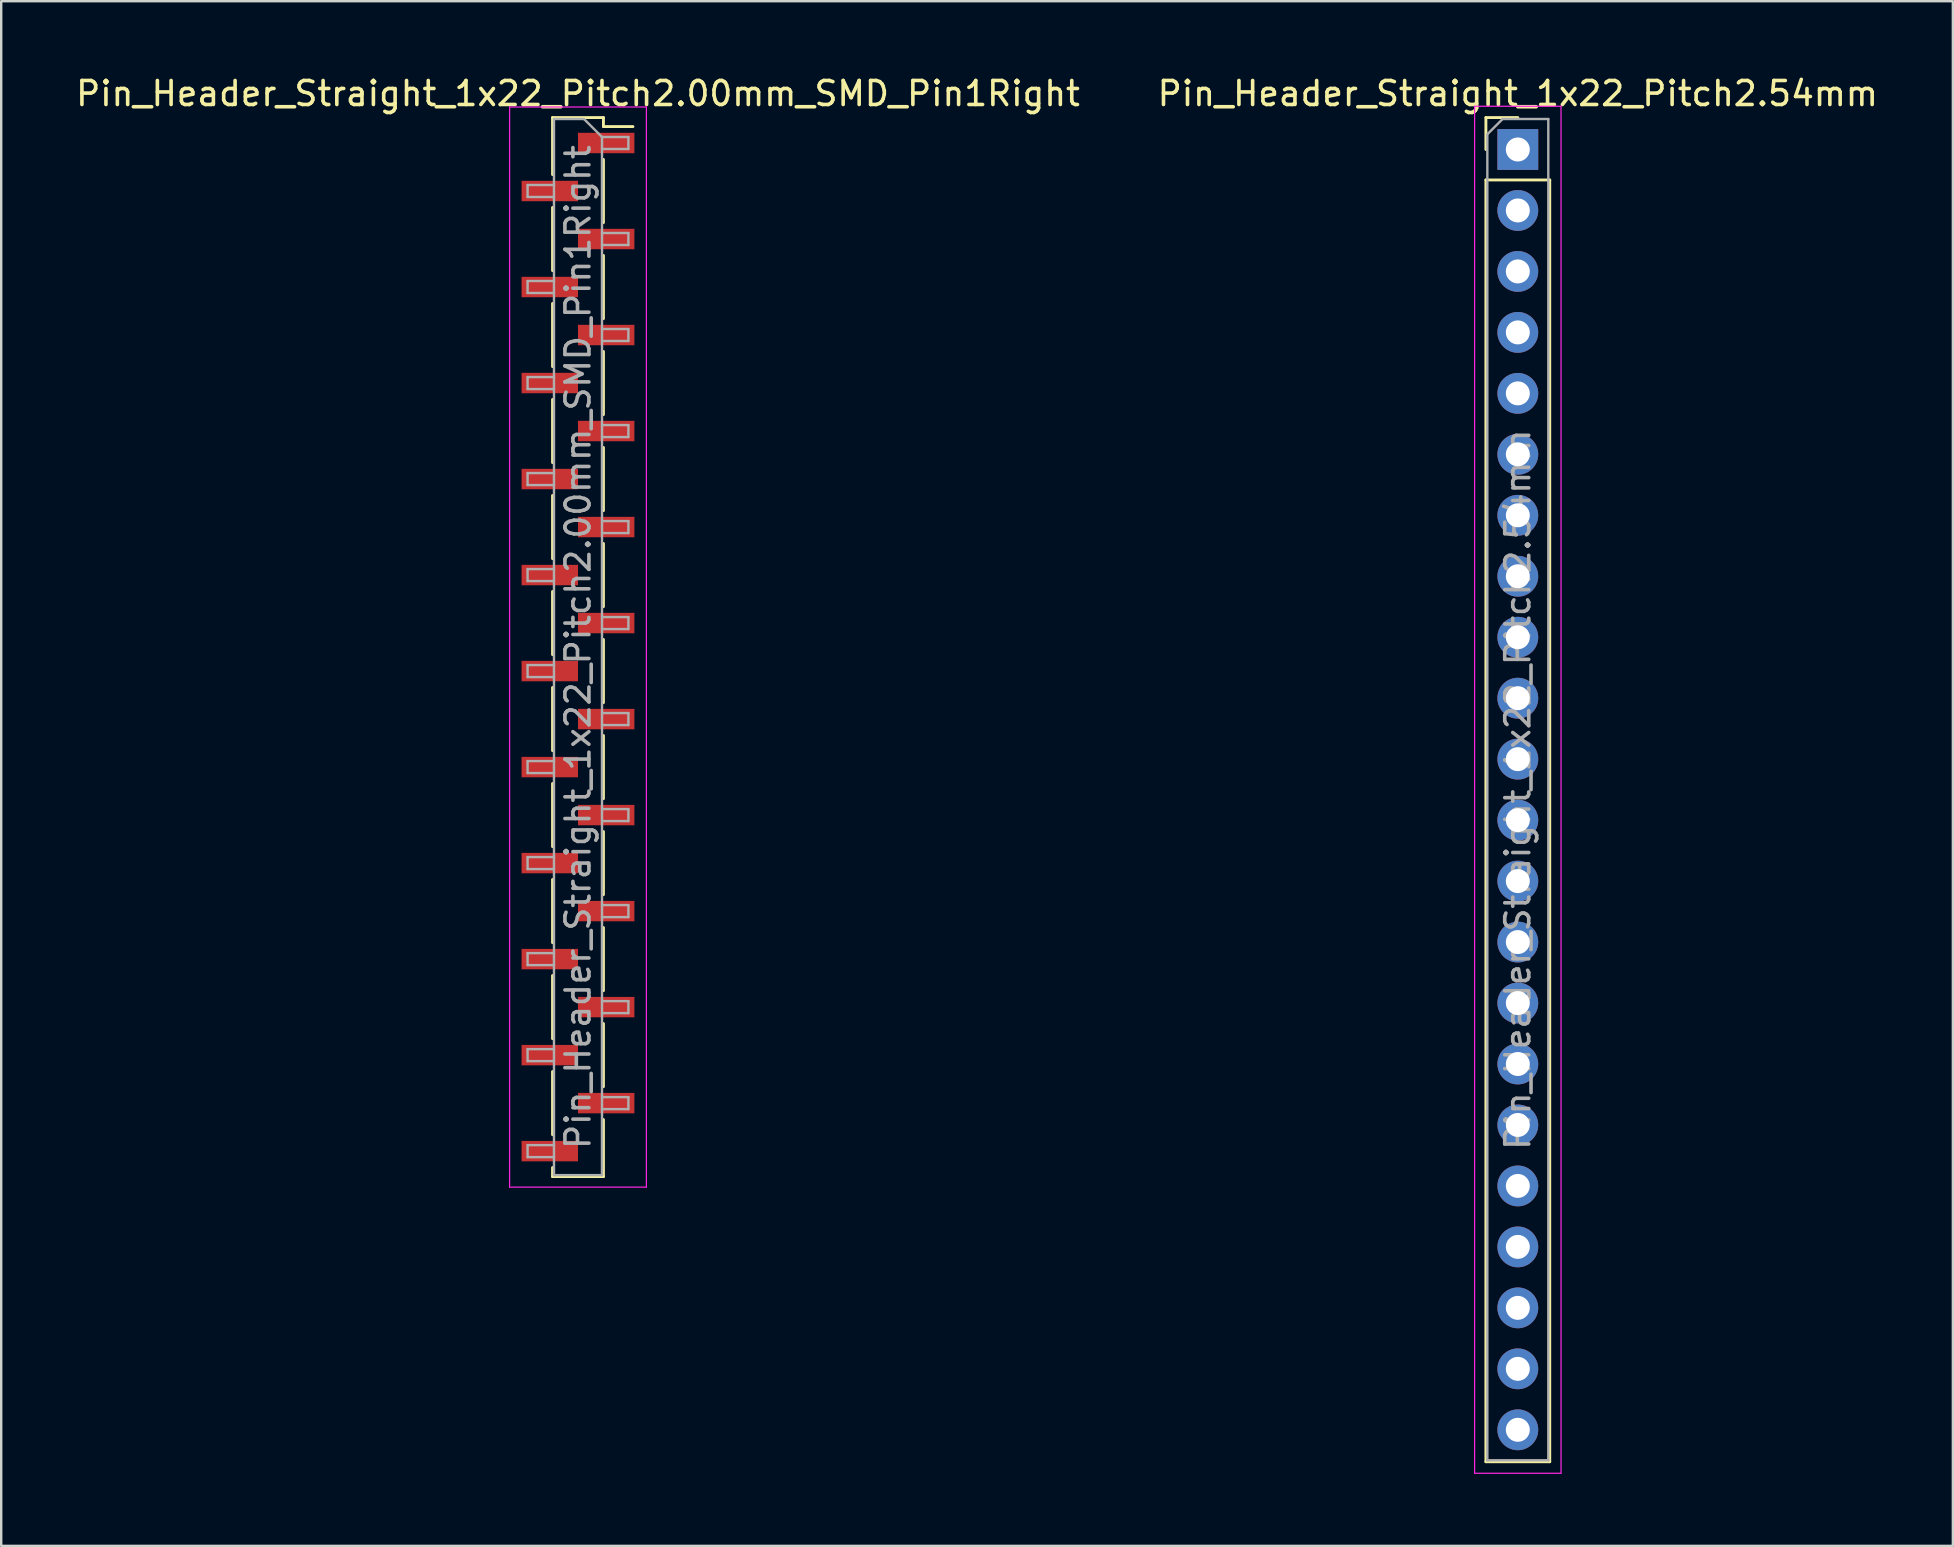
<source format=kicad_pcb>
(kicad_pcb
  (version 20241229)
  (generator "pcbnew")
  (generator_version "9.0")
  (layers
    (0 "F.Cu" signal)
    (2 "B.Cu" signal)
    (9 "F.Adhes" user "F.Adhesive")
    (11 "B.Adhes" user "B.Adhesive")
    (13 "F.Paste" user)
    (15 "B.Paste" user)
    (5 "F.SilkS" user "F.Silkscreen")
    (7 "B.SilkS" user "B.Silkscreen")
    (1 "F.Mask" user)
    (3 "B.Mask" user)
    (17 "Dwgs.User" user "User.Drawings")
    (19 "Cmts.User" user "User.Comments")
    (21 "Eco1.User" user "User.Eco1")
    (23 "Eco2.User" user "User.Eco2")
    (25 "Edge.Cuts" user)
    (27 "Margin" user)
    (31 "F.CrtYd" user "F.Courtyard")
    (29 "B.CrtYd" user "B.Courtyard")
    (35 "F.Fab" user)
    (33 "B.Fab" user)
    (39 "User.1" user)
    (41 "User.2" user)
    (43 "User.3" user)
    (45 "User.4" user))
  (footprint "Pin_Header_Straight_1x22_Pitch2.00mm_SMD_Pin1Right"
    (layer "F.Cu")
    (at 21.03 23.908)
    (property "Reference" "Pin_Header_Straight_1x22_Pitch2.00mm_SMD_Pin1Right" (at 0 -23.06 0) (layer "F.SilkS") (effects (font (size 1 1) (thickness 0.15))))
    (attr smd)
    (fp_line (start -1.06 -22.06) (end -1.06 -19.685) (stroke (width 0.12) (type solid)) (layer "F.SilkS"))
    (fp_line (start -1.06 -22.06) (end 1.06 -22.06) (stroke (width 0.12) (type solid)) (layer "F.SilkS"))
    (fp_line (start -1.06 -18.315) (end -1.06 -15.685) (stroke (width 0.12) (type solid)) (layer "F.SilkS"))
    (fp_line (start -1.06 -14.315) (end -1.06 -11.685) (stroke (width 0.12) (type solid)) (layer "F.SilkS"))
    (fp_line (start -1.06 -10.315) (end -1.06 -7.685) (stroke (width 0.12) (type solid)) (layer "F.SilkS"))
    (fp_line (start -1.06 -6.315) (end -1.06 -3.685) (stroke (width 0.12) (type solid)) (layer "F.SilkS"))
    (fp_line (start -1.06 -2.315) (end -1.06 0.315) (stroke (width 0.12) (type solid)) (layer "F.SilkS"))
    (fp_line (start -1.06 1.685) (end -1.06 4.315) (stroke (width 0.12) (type solid)) (layer "F.SilkS"))
    (fp_line (start -1.06 5.685) (end -1.06 8.315) (stroke (width 0.12) (type solid)) (layer "F.SilkS"))
    (fp_line (start -1.06 9.685) (end -1.06 12.315) (stroke (width 0.12) (type solid)) (layer "F.SilkS"))
    (fp_line (start -1.06 13.685) (end -1.06 16.315) (stroke (width 0.12) (type solid)) (layer "F.SilkS"))
    (fp_line (start -1.06 17.685) (end -1.06 20.315) (stroke (width 0.12) (type solid)) (layer "F.SilkS"))
    (fp_line (start -1.06 21.685) (end -1.06 22.06) (stroke (width 0.12) (type solid)) (layer "F.SilkS"))
    (fp_line (start -1.06 22.06) (end 1.06 22.06) (stroke (width 0.12) (type solid)) (layer "F.SilkS"))
    (fp_line (start 1.06 -22.06) (end 1.06 -21.685) (stroke (width 0.12) (type solid)) (layer "F.SilkS"))
    (fp_line (start 1.06 -21.685) (end 2.29 -21.685) (stroke (width 0.12) (type solid)) (layer "F.SilkS"))
    (fp_line (start 1.06 -20.315) (end 1.06 -17.685) (stroke (width 0.12) (type solid)) (layer "F.SilkS"))
    (fp_line (start 1.06 -16.315) (end 1.06 -13.685) (stroke (width 0.12) (type solid)) (layer "F.SilkS"))
    (fp_line (start 1.06 -12.315) (end 1.06 -9.685) (stroke (width 0.12) (type solid)) (layer "F.SilkS"))
    (fp_line (start 1.06 -8.315) (end 1.06 -5.685) (stroke (width 0.12) (type solid)) (layer "F.SilkS"))
    (fp_line (start 1.06 -4.315) (end 1.06 -1.685) (stroke (width 0.12) (type solid)) (layer "F.SilkS"))
    (fp_line (start 1.06 -0.315) (end 1.06 2.315) (stroke (width 0.12) (type solid)) (layer "F.SilkS"))
    (fp_line (start 1.06 3.685) (end 1.06 6.315) (stroke (width 0.12) (type solid)) (layer "F.SilkS"))
    (fp_line (start 1.06 7.685) (end 1.06 10.315) (stroke (width 0.12) (type solid)) (layer "F.SilkS"))
    (fp_line (start 1.06 11.685) (end 1.06 14.315) (stroke (width 0.12) (type solid)) (layer "F.SilkS"))
    (fp_line (start 1.06 15.685) (end 1.06 18.315) (stroke (width 0.12) (type solid)) (layer "F.SilkS"))
    (fp_line (start 1.06 19.685) (end 1.06 22.06) (stroke (width 0.12) (type solid)) (layer "F.SilkS"))
    (fp_line (start -2.85 -22.5) (end -2.85 22.5) (stroke (width 0.05) (type solid)) (layer "F.CrtYd"))
    (fp_line (start -2.85 22.5) (end 2.85 22.5) (stroke (width 0.05) (type solid)) (layer "F.CrtYd"))
    (fp_line (start 2.85 -22.5) (end -2.85 -22.5) (stroke (width 0.05) (type solid)) (layer "F.CrtYd"))
    (fp_line (start 2.85 22.5) (end 2.85 -22.5) (stroke (width 0.05) (type solid)) (layer "F.CrtYd"))
    (fp_line (start -2.1 -19.25) (end -2.1 -18.75) (stroke (width 0.1) (type solid)) (layer "F.Fab"))
    (fp_line (start -2.1 -18.75) (end -1 -18.75) (stroke (width 0.1) (type solid)) (layer "F.Fab"))
    (fp_line (start -2.1 -15.25) (end -2.1 -14.75) (stroke (width 0.1) (type solid)) (layer "F.Fab"))
    (fp_line (start -2.1 -14.75) (end -1 -14.75) (stroke (width 0.1) (type solid)) (layer "F.Fab"))
    (fp_line (start -2.1 -11.25) (end -2.1 -10.75) (stroke (width 0.1) (type solid)) (layer "F.Fab"))
    (fp_line (start -2.1 -10.75) (end -1 -10.75) (stroke (width 0.1) (type solid)) (layer "F.Fab"))
    (fp_line (start -2.1 -7.25) (end -2.1 -6.75) (stroke (width 0.1) (type solid)) (layer "F.Fab"))
    (fp_line (start -2.1 -6.75) (end -1 -6.75) (stroke (width 0.1) (type solid)) (layer "F.Fab"))
    (fp_line (start -2.1 -3.25) (end -2.1 -2.75) (stroke (width 0.1) (type solid)) (layer "F.Fab"))
    (fp_line (start -2.1 -2.75) (end -1 -2.75) (stroke (width 0.1) (type solid)) (layer "F.Fab"))
    (fp_line (start -2.1 0.75) (end -2.1 1.25) (stroke (width 0.1) (type solid)) (layer "F.Fab"))
    (fp_line (start -2.1 1.25) (end -1 1.25) (stroke (width 0.1) (type solid)) (layer "F.Fab"))
    (fp_line (start -2.1 4.75) (end -2.1 5.25) (stroke (width 0.1) (type solid)) (layer "F.Fab"))
    (fp_line (start -2.1 5.25) (end -1 5.25) (stroke (width 0.1) (type solid)) (layer "F.Fab"))
    (fp_line (start -2.1 8.75) (end -2.1 9.25) (stroke (width 0.1) (type solid)) (layer "F.Fab"))
    (fp_line (start -2.1 9.25) (end -1 9.25) (stroke (width 0.1) (type solid)) (layer "F.Fab"))
    (fp_line (start -2.1 12.75) (end -2.1 13.25) (stroke (width 0.1) (type solid)) (layer "F.Fab"))
    (fp_line (start -2.1 13.25) (end -1 13.25) (stroke (width 0.1) (type solid)) (layer "F.Fab"))
    (fp_line (start -2.1 16.75) (end -2.1 17.25) (stroke (width 0.1) (type solid)) (layer "F.Fab"))
    (fp_line (start -2.1 17.25) (end -1 17.25) (stroke (width 0.1) (type solid)) (layer "F.Fab"))
    (fp_line (start -2.1 20.75) (end -2.1 21.25) (stroke (width 0.1) (type solid)) (layer "F.Fab"))
    (fp_line (start -2.1 21.25) (end -1 21.25) (stroke (width 0.1) (type solid)) (layer "F.Fab"))
    (fp_line (start -1 -22) (end -1 22) (stroke (width 0.1) (type solid)) (layer "F.Fab"))
    (fp_line (start -1 -22) (end 0.25 -22) (stroke (width 0.1) (type solid)) (layer "F.Fab"))
    (fp_line (start -1 -19.25) (end -2.1 -19.25) (stroke (width 0.1) (type solid)) (layer "F.Fab"))
    (fp_line (start -1 -15.25) (end -2.1 -15.25) (stroke (width 0.1) (type solid)) (layer "F.Fab"))
    (fp_line (start -1 -11.25) (end -2.1 -11.25) (stroke (width 0.1) (type solid)) (layer "F.Fab"))
    (fp_line (start -1 -7.25) (end -2.1 -7.25) (stroke (width 0.1) (type solid)) (layer "F.Fab"))
    (fp_line (start -1 -3.25) (end -2.1 -3.25) (stroke (width 0.1) (type solid)) (layer "F.Fab"))
    (fp_line (start -1 0.75) (end -2.1 0.75) (stroke (width 0.1) (type solid)) (layer "F.Fab"))
    (fp_line (start -1 4.75) (end -2.1 4.75) (stroke (width 0.1) (type solid)) (layer "F.Fab"))
    (fp_line (start -1 8.75) (end -2.1 8.75) (stroke (width 0.1) (type solid)) (layer "F.Fab"))
    (fp_line (start -1 12.75) (end -2.1 12.75) (stroke (width 0.1) (type solid)) (layer "F.Fab"))
    (fp_line (start -1 16.75) (end -2.1 16.75) (stroke (width 0.1) (type solid)) (layer "F.Fab"))
    (fp_line (start -1 20.75) (end -2.1 20.75) (stroke (width 0.1) (type solid)) (layer "F.Fab"))
    (fp_line (start 1 -21.25) (end 0.25 -22) (stroke (width 0.1) (type solid)) (layer "F.Fab"))
    (fp_line (start 1 -21.25) (end 2.1 -21.25) (stroke (width 0.1) (type solid)) (layer "F.Fab"))
    (fp_line (start 1 -17.25) (end 2.1 -17.25) (stroke (width 0.1) (type solid)) (layer "F.Fab"))
    (fp_line (start 1 -13.25) (end 2.1 -13.25) (stroke (width 0.1) (type solid)) (layer "F.Fab"))
    (fp_line (start 1 -9.25) (end 2.1 -9.25) (stroke (width 0.1) (type solid)) (layer "F.Fab"))
    (fp_line (start 1 -5.25) (end 2.1 -5.25) (stroke (width 0.1) (type solid)) (layer "F.Fab"))
    (fp_line (start 1 -1.25) (end 2.1 -1.25) (stroke (width 0.1) (type solid)) (layer "F.Fab"))
    (fp_line (start 1 2.75) (end 2.1 2.75) (stroke (width 0.1) (type solid)) (layer "F.Fab"))
    (fp_line (start 1 6.75) (end 2.1 6.75) (stroke (width 0.1) (type solid)) (layer "F.Fab"))
    (fp_line (start 1 10.75) (end 2.1 10.75) (stroke (width 0.1) (type solid)) (layer "F.Fab"))
    (fp_line (start 1 14.75) (end 2.1 14.75) (stroke (width 0.1) (type solid)) (layer "F.Fab"))
    (fp_line (start 1 18.75) (end 2.1 18.75) (stroke (width 0.1) (type solid)) (layer "F.Fab"))
    (fp_line (start 1 22) (end -1 22) (stroke (width 0.1) (type solid)) (layer "F.Fab"))
    (fp_line (start 1 22) (end 1 -21.25) (stroke (width 0.1) (type solid)) (layer "F.Fab"))
    (fp_line (start 2.1 -21.25) (end 2.1 -20.75) (stroke (width 0.1) (type solid)) (layer "F.Fab"))
    (fp_line (start 2.1 -20.75) (end 1 -20.75) (stroke (width 0.1) (type solid)) (layer "F.Fab"))
    (fp_line (start 2.1 -17.25) (end 2.1 -16.75) (stroke (width 0.1) (type solid)) (layer "F.Fab"))
    (fp_line (start 2.1 -16.75) (end 1 -16.75) (stroke (width 0.1) (type solid)) (layer "F.Fab"))
    (fp_line (start 2.1 -13.25) (end 2.1 -12.75) (stroke (width 0.1) (type solid)) (layer "F.Fab"))
    (fp_line (start 2.1 -12.75) (end 1 -12.75) (stroke (width 0.1) (type solid)) (layer "F.Fab"))
    (fp_line (start 2.1 -9.25) (end 2.1 -8.75) (stroke (width 0.1) (type solid)) (layer "F.Fab"))
    (fp_line (start 2.1 -8.75) (end 1 -8.75) (stroke (width 0.1) (type solid)) (layer "F.Fab"))
    (fp_line (start 2.1 -5.25) (end 2.1 -4.75) (stroke (width 0.1) (type solid)) (layer "F.Fab"))
    (fp_line (start 2.1 -4.75) (end 1 -4.75) (stroke (width 0.1) (type solid)) (layer "F.Fab"))
    (fp_line (start 2.1 -1.25) (end 2.1 -0.75) (stroke (width 0.1) (type solid)) (layer "F.Fab"))
    (fp_line (start 2.1 -0.75) (end 1 -0.75) (stroke (width 0.1) (type solid)) (layer "F.Fab"))
    (fp_line (start 2.1 2.75) (end 2.1 3.25) (stroke (width 0.1) (type solid)) (layer "F.Fab"))
    (fp_line (start 2.1 3.25) (end 1 3.25) (stroke (width 0.1) (type solid)) (layer "F.Fab"))
    (fp_line (start 2.1 6.75) (end 2.1 7.25) (stroke (width 0.1) (type solid)) (layer "F.Fab"))
    (fp_line (start 2.1 7.25) (end 1 7.25) (stroke (width 0.1) (type solid)) (layer "F.Fab"))
    (fp_line (start 2.1 10.75) (end 2.1 11.25) (stroke (width 0.1) (type solid)) (layer "F.Fab"))
    (fp_line (start 2.1 11.25) (end 1 11.25) (stroke (width 0.1) (type solid)) (layer "F.Fab"))
    (fp_line (start 2.1 14.75) (end 2.1 15.25) (stroke (width 0.1) (type solid)) (layer "F.Fab"))
    (fp_line (start 2.1 15.25) (end 1 15.25) (stroke (width 0.1) (type solid)) (layer "F.Fab"))
    (fp_line (start 2.1 18.75) (end 2.1 19.25) (stroke (width 0.1) (type solid)) (layer "F.Fab"))
    (fp_line (start 2.1 19.25) (end 1 19.25) (stroke (width 0.1) (type solid)) (layer "F.Fab"))
    (fp_text user "${REFERENCE}" (at 0 0 90) (layer "F.Fab") (effects (font (size 1 1) (thickness 0.15))))
    (pad "1" smd rect (at 1.175 -21) (size 2.35 0.85) (layers "F.Cu" "F.Mask" "F.Paste"))
    (pad "2" smd rect (at -1.175 -19) (size 2.35 0.85) (layers "F.Cu" "F.Mask" "F.Paste"))
    (pad "3" smd rect (at 1.175 -17) (size 2.35 0.85) (layers "F.Cu" "F.Mask" "F.Paste"))
    (pad "4" smd rect (at -1.175 -15) (size 2.35 0.85) (layers "F.Cu" "F.Mask" "F.Paste"))
    (pad "5" smd rect (at 1.175 -13) (size 2.35 0.85) (layers "F.Cu" "F.Mask" "F.Paste"))
    (pad "6" smd rect (at -1.175 -11) (size 2.35 0.85) (layers "F.Cu" "F.Mask" "F.Paste"))
    (pad "7" smd rect (at 1.175 -9) (size 2.35 0.85) (layers "F.Cu" "F.Mask" "F.Paste"))
    (pad "8" smd rect (at -1.175 -7) (size 2.35 0.85) (layers "F.Cu" "F.Mask" "F.Paste"))
    (pad "9" smd rect (at 1.175 -5) (size 2.35 0.85) (layers "F.Cu" "F.Mask" "F.Paste"))
    (pad "10" smd rect (at -1.175 -3) (size 2.35 0.85) (layers "F.Cu" "F.Mask" "F.Paste"))
    (pad "11" smd rect (at 1.175 -1) (size 2.35 0.85) (layers "F.Cu" "F.Mask" "F.Paste"))
    (pad "12" smd rect (at -1.175 1) (size 2.35 0.85) (layers "F.Cu" "F.Mask" "F.Paste"))
    (pad "13" smd rect (at 1.175 3) (size 2.35 0.85) (layers "F.Cu" "F.Mask" "F.Paste"))
    (pad "14" smd rect (at -1.175 5) (size 2.35 0.85) (layers "F.Cu" "F.Mask" "F.Paste"))
    (pad "15" smd rect (at 1.175 7) (size 2.35 0.85) (layers "F.Cu" "F.Mask" "F.Paste"))
    (pad "16" smd rect (at -1.175 9) (size 2.35 0.85) (layers "F.Cu" "F.Mask" "F.Paste"))
    (pad "17" smd rect (at 1.175 11) (size 2.35 0.85) (layers "F.Cu" "F.Mask" "F.Paste"))
    (pad "18" smd rect (at -1.175 13) (size 2.35 0.85) (layers "F.Cu" "F.Mask" "F.Paste"))
    (pad "19" smd rect (at 1.175 15) (size 2.35 0.85) (layers "F.Cu" "F.Mask" "F.Paste"))
    (pad "20" smd rect (at -1.175 17) (size 2.35 0.85) (layers "F.Cu" "F.Mask" "F.Paste"))
    (pad "21" smd rect (at 1.175 19) (size 2.35 0.85) (layers "F.Cu" "F.Mask" "F.Paste"))
    (pad "22" smd rect (at -1.175 21) (size 2.35 0.85) (layers "F.Cu" "F.Mask" "F.Paste")))
  (footprint "Pin_Header_Straight_1x22_Pitch2.54mm"
    (layer "F.Cu")
    (at 60.185 3.178)
    (property "Reference" "Pin_Header_Straight_1x22_Pitch2.54mm" (at 0 -2.33 0) (layer "F.SilkS") (effects (font (size 1 1) (thickness 0.15))))
    (attr through_hole)
    (fp_line (start -1.33 -1.33) (end 0 -1.33) (stroke (width 0.12) (type solid)) (layer "F.SilkS"))
    (fp_line (start -1.33 0) (end -1.33 -1.33) (stroke (width 0.12) (type solid)) (layer "F.SilkS"))
    (fp_line (start -1.33 1.27) (end -1.33 54.67) (stroke (width 0.12) (type solid)) (layer "F.SilkS"))
    (fp_line (start -1.33 1.27) (end 1.33 1.27) (stroke (width 0.12) (type solid)) (layer "F.SilkS"))
    (fp_line (start -1.33 54.67) (end 1.33 54.67) (stroke (width 0.12) (type solid)) (layer "F.SilkS"))
    (fp_line (start 1.33 1.27) (end 1.33 54.67) (stroke (width 0.12) (type solid)) (layer "F.SilkS"))
    (fp_line (start -1.8 -1.8) (end -1.8 55.15) (stroke (width 0.05) (type solid)) (layer "F.CrtYd"))
    (fp_line (start -1.8 55.15) (end 1.8 55.15) (stroke (width 0.05) (type solid)) (layer "F.CrtYd"))
    (fp_line (start 1.8 -1.8) (end -1.8 -1.8) (stroke (width 0.05) (type solid)) (layer "F.CrtYd"))
    (fp_line (start 1.8 55.15) (end 1.8 -1.8) (stroke (width 0.05) (type solid)) (layer "F.CrtYd"))
    (fp_line (start -1.27 -0.635) (end -0.635 -1.27) (stroke (width 0.1) (type solid)) (layer "F.Fab"))
    (fp_line (start -1.27 54.61) (end -1.27 -0.635) (stroke (width 0.1) (type solid)) (layer "F.Fab"))
    (fp_line (start -0.635 -1.27) (end 1.27 -1.27) (stroke (width 0.1) (type solid)) (layer "F.Fab"))
    (fp_line (start 1.27 -1.27) (end 1.27 54.61) (stroke (width 0.1) (type solid)) (layer "F.Fab"))
    (fp_line (start 1.27 54.61) (end -1.27 54.61) (stroke (width 0.1) (type solid)) (layer "F.Fab"))
    (fp_text user "${REFERENCE}" (at 0 26.67 90) (layer "F.Fab") (effects (font (size 1 1) (thickness 0.15))))
    (pad "1" thru_hole rect (at 0 0) (size 1.7 1.7) (drill 1) (layers "*.Cu" "*.Mask"))
    (pad "2" thru_hole oval (at 0 2.54) (size 1.7 1.7) (drill 1) (layers "*.Cu" "*.Mask"))
    (pad "3" thru_hole oval (at 0 5.08) (size 1.7 1.7) (drill 1) (layers "*.Cu" "*.Mask"))
    (pad "4" thru_hole oval (at 0 7.62) (size 1.7 1.7) (drill 1) (layers "*.Cu" "*.Mask"))
    (pad "5" thru_hole oval (at 0 10.16) (size 1.7 1.7) (drill 1) (layers "*.Cu" "*.Mask"))
    (pad "6" thru_hole oval (at 0 12.7) (size 1.7 1.7) (drill 1) (layers "*.Cu" "*.Mask"))
    (pad "7" thru_hole oval (at 0 15.24) (size 1.7 1.7) (drill 1) (layers "*.Cu" "*.Mask"))
    (pad "8" thru_hole oval (at 0 17.78) (size 1.7 1.7) (drill 1) (layers "*.Cu" "*.Mask"))
    (pad "9" thru_hole oval (at 0 20.32) (size 1.7 1.7) (drill 1) (layers "*.Cu" "*.Mask"))
    (pad "10" thru_hole oval (at 0 22.86) (size 1.7 1.7) (drill 1) (layers "*.Cu" "*.Mask"))
    (pad "11" thru_hole oval (at 0 25.4) (size 1.7 1.7) (drill 1) (layers "*.Cu" "*.Mask"))
    (pad "12" thru_hole oval (at 0 27.94) (size 1.7 1.7) (drill 1) (layers "*.Cu" "*.Mask"))
    (pad "13" thru_hole oval (at 0 30.48) (size 1.7 1.7) (drill 1) (layers "*.Cu" "*.Mask"))
    (pad "14" thru_hole oval (at 0 33.02) (size 1.7 1.7) (drill 1) (layers "*.Cu" "*.Mask"))
    (pad "15" thru_hole oval (at 0 35.56) (size 1.7 1.7) (drill 1) (layers "*.Cu" "*.Mask"))
    (pad "16" thru_hole oval (at 0 38.1) (size 1.7 1.7) (drill 1) (layers "*.Cu" "*.Mask"))
    (pad "17" thru_hole oval (at 0 40.64) (size 1.7 1.7) (drill 1) (layers "*.Cu" "*.Mask"))
    (pad "18" thru_hole oval (at 0 43.18) (size 1.7 1.7) (drill 1) (layers "*.Cu" "*.Mask"))
    (pad "19" thru_hole oval (at 0 45.72) (size 1.7 1.7) (drill 1) (layers "*.Cu" "*.Mask"))
    (pad "20" thru_hole oval (at 0 48.26) (size 1.7 1.7) (drill 1) (layers "*.Cu" "*.Mask"))
    (pad "21" thru_hole oval (at 0 50.8) (size 1.7 1.7) (drill 1) (layers "*.Cu" "*.Mask"))
    (pad "22" thru_hole oval (at 0 53.34) (size 1.7 1.7) (drill 1) (layers "*.Cu" "*.Mask")))
  (gr_rect
    (start -3 -3)
    (end 78.31 61.353)
    (stroke (width 0.1) (type default))
    (fill no)
    (layer "Edge.Cuts")))
</source>
